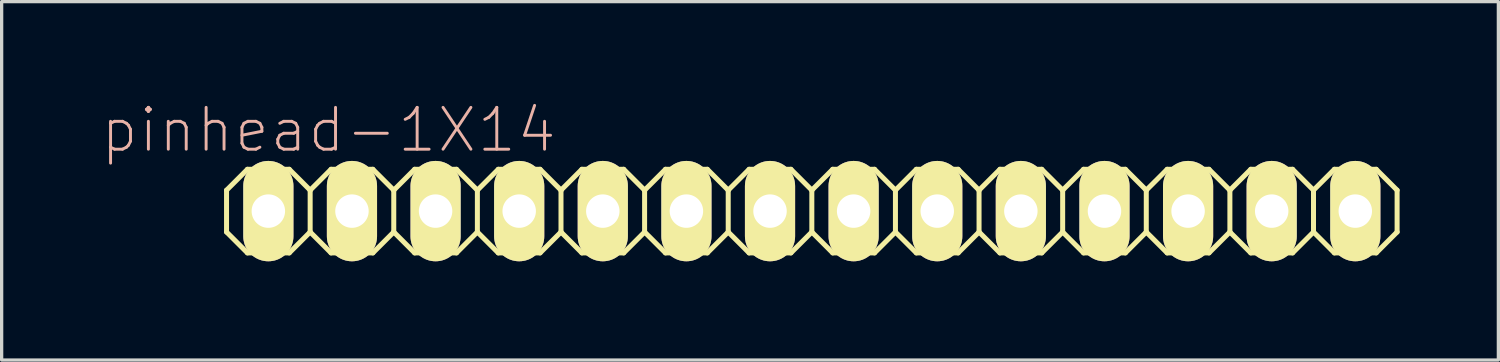
<source format=kicad_pcb>
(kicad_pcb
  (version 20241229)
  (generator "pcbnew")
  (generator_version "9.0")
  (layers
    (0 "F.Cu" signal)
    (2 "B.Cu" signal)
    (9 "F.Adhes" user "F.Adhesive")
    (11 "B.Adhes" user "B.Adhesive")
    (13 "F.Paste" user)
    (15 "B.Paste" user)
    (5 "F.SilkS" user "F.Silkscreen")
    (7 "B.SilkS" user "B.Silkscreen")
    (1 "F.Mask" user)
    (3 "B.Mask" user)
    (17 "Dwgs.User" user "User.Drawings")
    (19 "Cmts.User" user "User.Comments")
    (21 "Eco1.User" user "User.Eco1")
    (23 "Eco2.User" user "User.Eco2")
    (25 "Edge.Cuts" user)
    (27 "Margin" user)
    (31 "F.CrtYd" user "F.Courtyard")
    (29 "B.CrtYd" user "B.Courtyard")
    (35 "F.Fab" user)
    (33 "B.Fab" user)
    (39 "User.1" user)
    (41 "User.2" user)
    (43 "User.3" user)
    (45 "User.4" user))
  (footprint "pinhead-1X14"
    (layer "F.Cu")
    (at 21.612 3.363)
    (property "Reference" "pinhead-1X14" (at -14.681 -2.464 0) (layer "B.SilkS") (effects (font (size 1.27 1.27) (thickness 0.089))))
    (attr exclude_from_pos_files exclude_from_bom)
    (fp_line (start -17.78 -0.635) (end -17.78 0.635) (stroke (width 0.152) (type solid)) (layer "F.SilkS"))
    (fp_line (start -17.78 0.635) (end -17.145 1.27) (stroke (width 0.152) (type solid)) (layer "F.SilkS"))
    (fp_line (start -17.145 -1.27) (end -17.78 -0.635) (stroke (width 0.152) (type solid)) (layer "F.SilkS"))
    (fp_line (start -17.145 -1.27) (end -15.875 -1.27) (stroke (width 0.152) (type solid)) (layer "F.SilkS"))
    (fp_line (start -16.764 -0.254) (end -16.256 -0.254) (stroke (width 0.066) (type solid)) (layer "F.SilkS"))
    (fp_line (start -16.764 0.254) (end -16.764 -0.254) (stroke (width 0.066) (type solid)) (layer "F.SilkS"))
    (fp_line (start -16.764 0.254) (end -16.256 0.254) (stroke (width 0.066) (type solid)) (layer "F.SilkS"))
    (fp_line (start -16.256 0.254) (end -16.256 -0.254) (stroke (width 0.066) (type solid)) (layer "F.SilkS"))
    (fp_line (start -15.875 -1.27) (end -15.24 -0.635) (stroke (width 0.152) (type solid)) (layer "F.SilkS"))
    (fp_line (start -15.875 1.27) (end -17.145 1.27) (stroke (width 0.152) (type solid)) (layer "F.SilkS"))
    (fp_line (start -15.24 -0.635) (end -15.24 0.635) (stroke (width 0.152) (type solid)) (layer "F.SilkS"))
    (fp_line (start -15.24 -0.635) (end -14.605 -1.27) (stroke (width 0.152) (type solid)) (layer "F.SilkS"))
    (fp_line (start -15.24 0.635) (end -15.875 1.27) (stroke (width 0.152) (type solid)) (layer "F.SilkS"))
    (fp_line (start -14.605 -1.27) (end -13.335 -1.27) (stroke (width 0.152) (type solid)) (layer "F.SilkS"))
    (fp_line (start -14.605 1.27) (end -15.24 0.635) (stroke (width 0.152) (type solid)) (layer "F.SilkS"))
    (fp_line (start -14.224 -0.254) (end -13.716 -0.254) (stroke (width 0.066) (type solid)) (layer "F.SilkS"))
    (fp_line (start -14.224 0.254) (end -14.224 -0.254) (stroke (width 0.066) (type solid)) (layer "F.SilkS"))
    (fp_line (start -14.224 0.254) (end -13.716 0.254) (stroke (width 0.066) (type solid)) (layer "F.SilkS"))
    (fp_line (start -13.716 0.254) (end -13.716 -0.254) (stroke (width 0.066) (type solid)) (layer "F.SilkS"))
    (fp_line (start -13.335 -1.27) (end -12.7 -0.635) (stroke (width 0.152) (type solid)) (layer "F.SilkS"))
    (fp_line (start -13.335 1.27) (end -14.605 1.27) (stroke (width 0.152) (type solid)) (layer "F.SilkS"))
    (fp_line (start -12.7 -0.635) (end -12.7 0.635) (stroke (width 0.152) (type solid)) (layer "F.SilkS"))
    (fp_line (start -12.7 -0.635) (end -12.065 -1.27) (stroke (width 0.152) (type solid)) (layer "F.SilkS"))
    (fp_line (start -12.7 0.635) (end -13.335 1.27) (stroke (width 0.152) (type solid)) (layer "F.SilkS"))
    (fp_line (start -12.065 -1.27) (end -10.795 -1.27) (stroke (width 0.152) (type solid)) (layer "F.SilkS"))
    (fp_line (start -12.065 1.27) (end -12.7 0.635) (stroke (width 0.152) (type solid)) (layer "F.SilkS"))
    (fp_line (start -11.684 -0.254) (end -11.176 -0.254) (stroke (width 0.066) (type solid)) (layer "F.SilkS"))
    (fp_line (start -11.684 0.254) (end -11.684 -0.254) (stroke (width 0.066) (type solid)) (layer "F.SilkS"))
    (fp_line (start -11.684 0.254) (end -11.176 0.254) (stroke (width 0.066) (type solid)) (layer "F.SilkS"))
    (fp_line (start -11.176 0.254) (end -11.176 -0.254) (stroke (width 0.066) (type solid)) (layer "F.SilkS"))
    (fp_line (start -10.795 -1.27) (end -10.16 -0.635) (stroke (width 0.152) (type solid)) (layer "F.SilkS"))
    (fp_line (start -10.795 1.27) (end -12.065 1.27) (stroke (width 0.152) (type solid)) (layer "F.SilkS"))
    (fp_line (start -10.16 -0.635) (end -10.16 0.635) (stroke (width 0.152) (type solid)) (layer "F.SilkS"))
    (fp_line (start -10.16 0.635) (end -10.795 1.27) (stroke (width 0.152) (type solid)) (layer "F.SilkS"))
    (fp_line (start -10.16 0.635) (end -9.525 1.27) (stroke (width 0.152) (type solid)) (layer "F.SilkS"))
    (fp_line (start -9.525 -1.27) (end -10.16 -0.635) (stroke (width 0.152) (type solid)) (layer "F.SilkS"))
    (fp_line (start -9.525 -1.27) (end -8.255 -1.27) (stroke (width 0.152) (type solid)) (layer "F.SilkS"))
    (fp_line (start -9.144 -0.254) (end -8.636 -0.254) (stroke (width 0.066) (type solid)) (layer "F.SilkS"))
    (fp_line (start -9.144 0.254) (end -9.144 -0.254) (stroke (width 0.066) (type solid)) (layer "F.SilkS"))
    (fp_line (start -9.144 0.254) (end -8.636 0.254) (stroke (width 0.066) (type solid)) (layer "F.SilkS"))
    (fp_line (start -8.636 0.254) (end -8.636 -0.254) (stroke (width 0.066) (type solid)) (layer "F.SilkS"))
    (fp_line (start -8.255 -1.27) (end -7.62 -0.635) (stroke (width 0.152) (type solid)) (layer "F.SilkS"))
    (fp_line (start -8.255 1.27) (end -9.525 1.27) (stroke (width 0.152) (type solid)) (layer "F.SilkS"))
    (fp_line (start -7.62 -0.635) (end -7.62 0.635) (stroke (width 0.152) (type solid)) (layer "F.SilkS"))
    (fp_line (start -7.62 -0.635) (end -6.985 -1.27) (stroke (width 0.152) (type solid)) (layer "F.SilkS"))
    (fp_line (start -7.62 0.635) (end -8.255 1.27) (stroke (width 0.152) (type solid)) (layer "F.SilkS"))
    (fp_line (start -6.985 -1.27) (end -5.715 -1.27) (stroke (width 0.152) (type solid)) (layer "F.SilkS"))
    (fp_line (start -6.985 1.27) (end -7.62 0.635) (stroke (width 0.152) (type solid)) (layer "F.SilkS"))
    (fp_line (start -6.604 -0.254) (end -6.096 -0.254) (stroke (width 0.066) (type solid)) (layer "F.SilkS"))
    (fp_line (start -6.604 0.254) (end -6.604 -0.254) (stroke (width 0.066) (type solid)) (layer "F.SilkS"))
    (fp_line (start -6.604 0.254) (end -6.096 0.254) (stroke (width 0.066) (type solid)) (layer "F.SilkS"))
    (fp_line (start -6.096 0.254) (end -6.096 -0.254) (stroke (width 0.066) (type solid)) (layer "F.SilkS"))
    (fp_line (start -5.715 -1.27) (end -5.08 -0.635) (stroke (width 0.152) (type solid)) (layer "F.SilkS"))
    (fp_line (start -5.715 1.27) (end -6.985 1.27) (stroke (width 0.152) (type solid)) (layer "F.SilkS"))
    (fp_line (start -5.08 -0.635) (end -5.08 0.635) (stroke (width 0.152) (type solid)) (layer "F.SilkS"))
    (fp_line (start -5.08 -0.635) (end -4.445 -1.27) (stroke (width 0.152) (type solid)) (layer "F.SilkS"))
    (fp_line (start -5.08 0.635) (end -5.715 1.27) (stroke (width 0.152) (type solid)) (layer "F.SilkS"))
    (fp_line (start -4.445 -1.27) (end -3.175 -1.27) (stroke (width 0.152) (type solid)) (layer "F.SilkS"))
    (fp_line (start -4.445 1.27) (end -5.08 0.635) (stroke (width 0.152) (type solid)) (layer "F.SilkS"))
    (fp_line (start -4.064 -0.254) (end -3.556 -0.254) (stroke (width 0.066) (type solid)) (layer "F.SilkS"))
    (fp_line (start -4.064 0.254) (end -4.064 -0.254) (stroke (width 0.066) (type solid)) (layer "F.SilkS"))
    (fp_line (start -4.064 0.254) (end -3.556 0.254) (stroke (width 0.066) (type solid)) (layer "F.SilkS"))
    (fp_line (start -3.556 0.254) (end -3.556 -0.254) (stroke (width 0.066) (type solid)) (layer "F.SilkS"))
    (fp_line (start -3.175 -1.27) (end -2.54 -0.635) (stroke (width 0.152) (type solid)) (layer "F.SilkS"))
    (fp_line (start -3.175 1.27) (end -4.445 1.27) (stroke (width 0.152) (type solid)) (layer "F.SilkS"))
    (fp_line (start -2.54 -0.635) (end -2.54 0.635) (stroke (width 0.152) (type solid)) (layer "F.SilkS"))
    (fp_line (start -2.54 0.635) (end -3.175 1.27) (stroke (width 0.152) (type solid)) (layer "F.SilkS"))
    (fp_line (start -2.54 0.635) (end -1.905 1.27) (stroke (width 0.152) (type solid)) (layer "F.SilkS"))
    (fp_line (start -1.905 -1.27) (end -2.54 -0.635) (stroke (width 0.152) (type solid)) (layer "F.SilkS"))
    (fp_line (start -1.905 -1.27) (end -0.635 -1.27) (stroke (width 0.152) (type solid)) (layer "F.SilkS"))
    (fp_line (start -1.524 -0.254) (end -1.016 -0.254) (stroke (width 0.066) (type solid)) (layer "F.SilkS"))
    (fp_line (start -1.524 0.254) (end -1.524 -0.254) (stroke (width 0.066) (type solid)) (layer "F.SilkS"))
    (fp_line (start -1.524 0.254) (end -1.016 0.254) (stroke (width 0.066) (type solid)) (layer "F.SilkS"))
    (fp_line (start -1.016 0.254) (end -1.016 -0.254) (stroke (width 0.066) (type solid)) (layer "F.SilkS"))
    (fp_line (start -0.635 -1.27) (end 0 -0.635) (stroke (width 0.152) (type solid)) (layer "F.SilkS"))
    (fp_line (start -0.635 1.27) (end -1.905 1.27) (stroke (width 0.152) (type solid)) (layer "F.SilkS"))
    (fp_line (start 0 -0.635) (end 0 0.635) (stroke (width 0.152) (type solid)) (layer "F.SilkS"))
    (fp_line (start 0 -0.635) (end 0.635 -1.27) (stroke (width 0.152) (type solid)) (layer "F.SilkS"))
    (fp_line (start 0 0.635) (end -0.635 1.27) (stroke (width 0.152) (type solid)) (layer "F.SilkS"))
    (fp_line (start 0.635 -1.27) (end 1.905 -1.27) (stroke (width 0.152) (type solid)) (layer "F.SilkS"))
    (fp_line (start 0.635 1.27) (end 0 0.635) (stroke (width 0.152) (type solid)) (layer "F.SilkS"))
    (fp_line (start 1.016 -0.254) (end 1.524 -0.254) (stroke (width 0.066) (type solid)) (layer "F.SilkS"))
    (fp_line (start 1.016 0.254) (end 1.016 -0.254) (stroke (width 0.066) (type solid)) (layer "F.SilkS"))
    (fp_line (start 1.016 0.254) (end 1.524 0.254) (stroke (width 0.066) (type solid)) (layer "F.SilkS"))
    (fp_line (start 1.524 0.254) (end 1.524 -0.254) (stroke (width 0.066) (type solid)) (layer "F.SilkS"))
    (fp_line (start 1.905 -1.27) (end 2.54 -0.635) (stroke (width 0.152) (type solid)) (layer "F.SilkS"))
    (fp_line (start 1.905 1.27) (end 0.635 1.27) (stroke (width 0.152) (type solid)) (layer "F.SilkS"))
    (fp_line (start 2.54 -0.635) (end 2.54 0.635) (stroke (width 0.152) (type solid)) (layer "F.SilkS"))
    (fp_line (start 2.54 -0.635) (end 3.175 -1.27) (stroke (width 0.152) (type solid)) (layer "F.SilkS"))
    (fp_line (start 2.54 0.635) (end 1.905 1.27) (stroke (width 0.152) (type solid)) (layer "F.SilkS"))
    (fp_line (start 3.175 -1.27) (end 4.445 -1.27) (stroke (width 0.152) (type solid)) (layer "F.SilkS"))
    (fp_line (start 3.175 1.27) (end 2.54 0.635) (stroke (width 0.152) (type solid)) (layer "F.SilkS"))
    (fp_line (start 3.556 -0.254) (end 4.064 -0.254) (stroke (width 0.066) (type solid)) (layer "F.SilkS"))
    (fp_line (start 3.556 0.254) (end 3.556 -0.254) (stroke (width 0.066) (type solid)) (layer "F.SilkS"))
    (fp_line (start 3.556 0.254) (end 4.064 0.254) (stroke (width 0.066) (type solid)) (layer "F.SilkS"))
    (fp_line (start 4.064 0.254) (end 4.064 -0.254) (stroke (width 0.066) (type solid)) (layer "F.SilkS"))
    (fp_line (start 4.445 -1.27) (end 5.08 -0.635) (stroke (width 0.152) (type solid)) (layer "F.SilkS"))
    (fp_line (start 4.445 1.27) (end 3.175 1.27) (stroke (width 0.152) (type solid)) (layer "F.SilkS"))
    (fp_line (start 5.08 -0.635) (end 5.08 0.635) (stroke (width 0.152) (type solid)) (layer "F.SilkS"))
    (fp_line (start 5.08 0.635) (end 4.445 1.27) (stroke (width 0.152) (type solid)) (layer "F.SilkS"))
    (fp_line (start 5.08 0.635) (end 5.715 1.27) (stroke (width 0.152) (type solid)) (layer "F.SilkS"))
    (fp_line (start 5.715 -1.27) (end 5.08 -0.635) (stroke (width 0.152) (type solid)) (layer "F.SilkS"))
    (fp_line (start 5.715 -1.27) (end 6.985 -1.27) (stroke (width 0.152) (type solid)) (layer "F.SilkS"))
    (fp_line (start 6.096 -0.254) (end 6.604 -0.254) (stroke (width 0.066) (type solid)) (layer "F.SilkS"))
    (fp_line (start 6.096 0.254) (end 6.096 -0.254) (stroke (width 0.066) (type solid)) (layer "F.SilkS"))
    (fp_line (start 6.096 0.254) (end 6.604 0.254) (stroke (width 0.066) (type solid)) (layer "F.SilkS"))
    (fp_line (start 6.604 0.254) (end 6.604 -0.254) (stroke (width 0.066) (type solid)) (layer "F.SilkS"))
    (fp_line (start 6.985 -1.27) (end 7.62 -0.635) (stroke (width 0.152) (type solid)) (layer "F.SilkS"))
    (fp_line (start 6.985 1.27) (end 5.715 1.27) (stroke (width 0.152) (type solid)) (layer "F.SilkS"))
    (fp_line (start 7.62 -0.635) (end 7.62 0.635) (stroke (width 0.152) (type solid)) (layer "F.SilkS"))
    (fp_line (start 7.62 -0.635) (end 8.255 -1.27) (stroke (width 0.152) (type solid)) (layer "F.SilkS"))
    (fp_line (start 7.62 0.635) (end 6.985 1.27) (stroke (width 0.152) (type solid)) (layer "F.SilkS"))
    (fp_line (start 8.255 -1.27) (end 9.525 -1.27) (stroke (width 0.152) (type solid)) (layer "F.SilkS"))
    (fp_line (start 8.255 1.27) (end 7.62 0.635) (stroke (width 0.152) (type solid)) (layer "F.SilkS"))
    (fp_line (start 8.636 -0.254) (end 9.144 -0.254) (stroke (width 0.066) (type solid)) (layer "F.SilkS"))
    (fp_line (start 8.636 0.254) (end 8.636 -0.254) (stroke (width 0.066) (type solid)) (layer "F.SilkS"))
    (fp_line (start 8.636 0.254) (end 9.144 0.254) (stroke (width 0.066) (type solid)) (layer "F.SilkS"))
    (fp_line (start 9.144 0.254) (end 9.144 -0.254) (stroke (width 0.066) (type solid)) (layer "F.SilkS"))
    (fp_line (start 9.525 -1.27) (end 10.16 -0.635) (stroke (width 0.152) (type solid)) (layer "F.SilkS"))
    (fp_line (start 9.525 1.27) (end 8.255 1.27) (stroke (width 0.152) (type solid)) (layer "F.SilkS"))
    (fp_line (start 10.16 -0.635) (end 10.16 0.635) (stroke (width 0.152) (type solid)) (layer "F.SilkS"))
    (fp_line (start 10.16 -0.635) (end 10.795 -1.27) (stroke (width 0.152) (type solid)) (layer "F.SilkS"))
    (fp_line (start 10.16 0.635) (end 9.525 1.27) (stroke (width 0.152) (type solid)) (layer "F.SilkS"))
    (fp_line (start 10.795 -1.27) (end 12.065 -1.27) (stroke (width 0.152) (type solid)) (layer "F.SilkS"))
    (fp_line (start 10.795 1.27) (end 10.16 0.635) (stroke (width 0.152) (type solid)) (layer "F.SilkS"))
    (fp_line (start 11.176 -0.254) (end 11.684 -0.254) (stroke (width 0.066) (type solid)) (layer "F.SilkS"))
    (fp_line (start 11.176 0.254) (end 11.176 -0.254) (stroke (width 0.066) (type solid)) (layer "F.SilkS"))
    (fp_line (start 11.176 0.254) (end 11.684 0.254) (stroke (width 0.066) (type solid)) (layer "F.SilkS"))
    (fp_line (start 11.684 0.254) (end 11.684 -0.254) (stroke (width 0.066) (type solid)) (layer "F.SilkS"))
    (fp_line (start 12.065 -1.27) (end 12.7 -0.635) (stroke (width 0.152) (type solid)) (layer "F.SilkS"))
    (fp_line (start 12.065 1.27) (end 10.795 1.27) (stroke (width 0.152) (type solid)) (layer "F.SilkS"))
    (fp_line (start 12.7 -0.635) (end 12.7 0.635) (stroke (width 0.152) (type solid)) (layer "F.SilkS"))
    (fp_line (start 12.7 0.635) (end 12.065 1.27) (stroke (width 0.152) (type solid)) (layer "F.SilkS"))
    (fp_line (start 12.7 0.635) (end 13.335 1.27) (stroke (width 0.152) (type solid)) (layer "F.SilkS"))
    (fp_line (start 13.335 -1.27) (end 12.7 -0.635) (stroke (width 0.152) (type solid)) (layer "F.SilkS"))
    (fp_line (start 13.335 -1.27) (end 14.605 -1.27) (stroke (width 0.152) (type solid)) (layer "F.SilkS"))
    (fp_line (start 13.716 -0.254) (end 14.224 -0.254) (stroke (width 0.066) (type solid)) (layer "F.SilkS"))
    (fp_line (start 13.716 0.254) (end 13.716 -0.254) (stroke (width 0.066) (type solid)) (layer "F.SilkS"))
    (fp_line (start 13.716 0.254) (end 14.224 0.254) (stroke (width 0.066) (type solid)) (layer "F.SilkS"))
    (fp_line (start 14.224 0.254) (end 14.224 -0.254) (stroke (width 0.066) (type solid)) (layer "F.SilkS"))
    (fp_line (start 14.605 -1.27) (end 15.24 -0.635) (stroke (width 0.152) (type solid)) (layer "F.SilkS"))
    (fp_line (start 14.605 1.27) (end 13.335 1.27) (stroke (width 0.152) (type solid)) (layer "F.SilkS"))
    (fp_line (start 15.24 -0.635) (end 15.24 0.635) (stroke (width 0.152) (type solid)) (layer "F.SilkS"))
    (fp_line (start 15.24 -0.635) (end 15.875 -1.27) (stroke (width 0.152) (type solid)) (layer "F.SilkS"))
    (fp_line (start 15.24 0.635) (end 14.605 1.27) (stroke (width 0.152) (type solid)) (layer "F.SilkS"))
    (fp_line (start 15.875 -1.27) (end 17.145 -1.27) (stroke (width 0.152) (type solid)) (layer "F.SilkS"))
    (fp_line (start 15.875 1.27) (end 15.24 0.635) (stroke (width 0.152) (type solid)) (layer "F.SilkS"))
    (fp_line (start 16.256 -0.254) (end 16.764 -0.254) (stroke (width 0.066) (type solid)) (layer "F.SilkS"))
    (fp_line (start 16.256 0.254) (end 16.256 -0.254) (stroke (width 0.066) (type solid)) (layer "F.SilkS"))
    (fp_line (start 16.256 0.254) (end 16.764 0.254) (stroke (width 0.066) (type solid)) (layer "F.SilkS"))
    (fp_line (start 16.764 0.254) (end 16.764 -0.254) (stroke (width 0.066) (type solid)) (layer "F.SilkS"))
    (fp_line (start 17.145 -1.27) (end 17.78 -0.635) (stroke (width 0.152) (type solid)) (layer "F.SilkS"))
    (fp_line (start 17.145 1.27) (end 15.875 1.27) (stroke (width 0.152) (type solid)) (layer "F.SilkS"))
    (fp_line (start 17.78 -0.635) (end 17.78 0.635) (stroke (width 0.152) (type solid)) (layer "F.SilkS"))
    (fp_line (start 17.78 0.635) (end 17.145 1.27) (stroke (width 0.152) (type solid)) (layer "F.SilkS"))
    (pad "1" thru_hole oval (at -16.51 0) (size 1.524 3.048) (drill 1.016) (layers "*.Cu" "F.Mask" "F.SilkS" "F.Paste"))
    (pad "2" thru_hole oval (at -13.97 0) (size 1.524 3.048) (drill 1.016) (layers "*.Cu" "F.Mask" "F.SilkS" "F.Paste"))
    (pad "3" thru_hole oval (at -11.43 0) (size 1.524 3.048) (drill 1.016) (layers "*.Cu" "F.Mask" "F.SilkS" "F.Paste"))
    (pad "4" thru_hole oval (at -8.89 0) (size 1.524 3.048) (drill 1.016) (layers "*.Cu" "F.Mask" "F.SilkS" "F.Paste"))
    (pad "5" thru_hole oval (at -6.35 0) (size 1.524 3.048) (drill 1.016) (layers "*.Cu" "F.Mask" "F.SilkS" "F.Paste"))
    (pad "6" thru_hole oval (at -3.81 0) (size 1.524 3.048) (drill 1.016) (layers "*.Cu" "F.Mask" "F.SilkS" "F.Paste"))
    (pad "7" thru_hole oval (at -1.27 0) (size 1.524 3.048) (drill 1.016) (layers "*.Cu" "F.Mask" "F.SilkS" "F.Paste"))
    (pad "8" thru_hole oval (at 1.27 0) (size 1.524 3.048) (drill 1.016) (layers "*.Cu" "F.Mask" "F.SilkS" "F.Paste"))
    (pad "9" thru_hole oval (at 3.81 0) (size 1.524 3.048) (drill 1.016) (layers "*.Cu" "F.Mask" "F.SilkS" "F.Paste"))
    (pad "10" thru_hole oval (at 6.35 0) (size 1.524 3.048) (drill 1.016) (layers "*.Cu" "F.Mask" "F.SilkS" "F.Paste"))
    (pad "11" thru_hole oval (at 8.89 0) (size 1.524 3.048) (drill 1.016) (layers "*.Cu" "F.Mask" "F.SilkS" "F.Paste"))
    (pad "12" thru_hole oval (at 11.43 0) (size 1.524 3.048) (drill 1.016) (layers "*.Cu" "F.Mask" "F.SilkS" "F.Paste"))
    (pad "13" thru_hole oval (at 13.97 0) (size 1.524 3.048) (drill 1.016) (layers "*.Cu" "F.Mask" "F.SilkS" "F.Paste"))
    (pad "14" thru_hole oval (at 16.51 0) (size 1.524 3.048) (drill 1.016) (layers "*.Cu" "F.Mask" "F.SilkS" "F.Paste")))
  (gr_rect
    (start -3 -3)
    (end 42.468 7.887)
    (stroke (width 0.1) (type default))
    (fill no)
    (layer "Edge.Cuts")))
</source>
